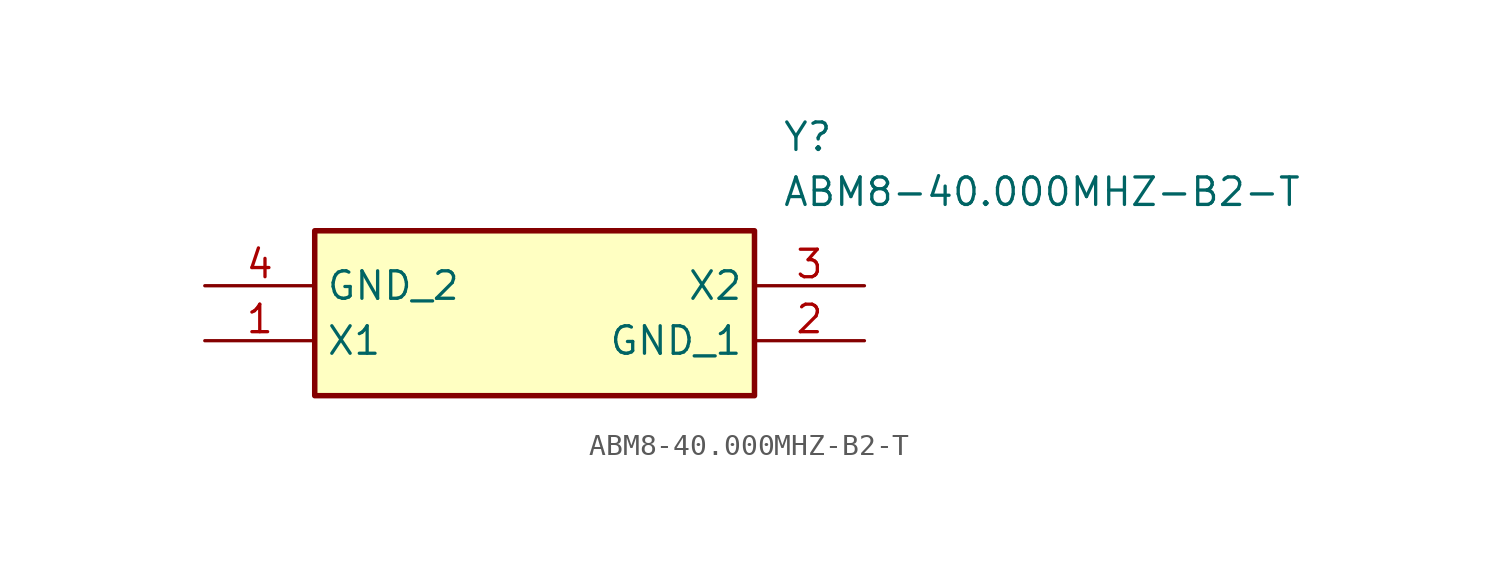
<source format=kicad_sym>
(kicad_symbol_lib
  (version 20211014)
  (generator SamacSys_ECAD_Model)
  (symbol "ABM8-40.000MHZ-B2-T"
    (property "Reference" "Y"
      (at 26.67 7.62 0)
      (effects (font (size 1.27 1.27)) (justify left top)))
    (property "Value" "ABM8-40.000MHZ-B2-T"
      (at 26.67 5.08 0)
      (effects (font (size 1.27 1.27)) (justify left top)))
    (rectangle
      (start 5.08 2.54)
      (end 25.4 -5.08)
      (stroke (width 0.254) (type default))
      (fill (type background)))
    (pin passive line
      (at 0 -2.54 0)
      (length 5.08)
      (name "X1" (effects (font (size 1.27 1.27))))
      (number "1" (effects (font (size 1.27 1.27)))))
    (pin passive line
      (at 30.48 -2.54 180)
      (length 5.08)
      (name "GND_1" (effects (font (size 1.27 1.27))))
      (number "2" (effects (font (size 1.27 1.27)))))
    (pin passive line
      (at 30.48 0 180)
      (length 5.08)
      (name "X2" (effects (font (size 1.27 1.27))))
      (number "3" (effects (font (size 1.27 1.27)))))
    (pin passive line
      (at 0 0 0)
      (length 5.08)
      (name "GND_2" (effects (font (size 1.27 1.27))))
      (number "4" (effects (font (size 1.27 1.27)))))))
</source>
